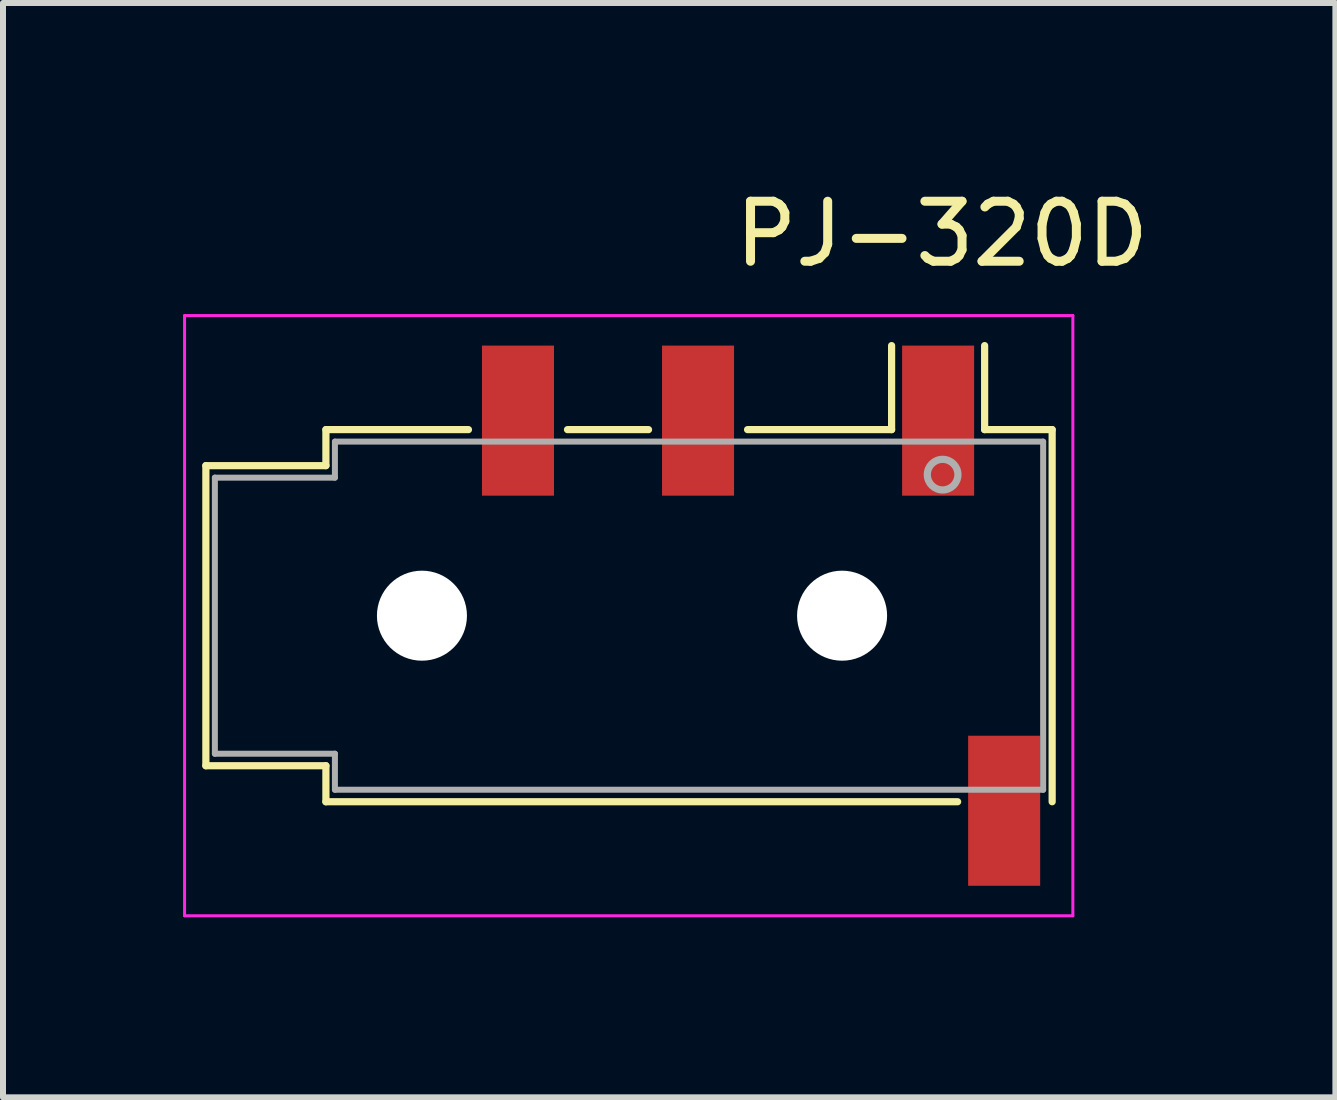
<source format=kicad_pcb>
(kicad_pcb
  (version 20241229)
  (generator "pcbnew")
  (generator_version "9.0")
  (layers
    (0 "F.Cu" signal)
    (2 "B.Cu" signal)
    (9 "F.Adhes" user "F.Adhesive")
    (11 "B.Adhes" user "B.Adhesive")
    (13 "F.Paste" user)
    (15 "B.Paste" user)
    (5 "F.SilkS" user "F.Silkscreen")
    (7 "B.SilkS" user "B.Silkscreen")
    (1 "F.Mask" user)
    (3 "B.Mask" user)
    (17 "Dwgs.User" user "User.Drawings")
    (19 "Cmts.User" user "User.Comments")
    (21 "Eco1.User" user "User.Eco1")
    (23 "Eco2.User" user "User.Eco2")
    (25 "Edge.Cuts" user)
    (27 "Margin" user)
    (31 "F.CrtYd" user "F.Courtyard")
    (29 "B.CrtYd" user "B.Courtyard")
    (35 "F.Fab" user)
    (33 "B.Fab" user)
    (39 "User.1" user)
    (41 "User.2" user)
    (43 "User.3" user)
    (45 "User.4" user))
  (footprint "PJ-320D"
    (layer "F.Cu")
    (at 7.625 7.138)
    (property "Reference" "PJ-320D" (at 5.02 -6.29 0) (layer "F.SilkS") (effects (font (size 1 1) (thickness 0.15))))
    (attr through_hole)
    (fp_line (start -7.245 -2.43) (end -7.245 2.57) (stroke (width 0.12) (type solid)) (layer "F.SilkS"))
    (fp_line (start -5.245 -3.03) (end -5.245 -2.43) (stroke (width 0.12) (type solid)) (layer "F.SilkS"))
    (fp_line (start -5.245 -3.03) (end -2.87 -3.03) (stroke (width 0.12) (type solid)) (layer "F.SilkS"))
    (fp_line (start -5.245 -2.43) (end -7.245 -2.43) (stroke (width 0.12) (type solid)) (layer "F.SilkS"))
    (fp_line (start -5.245 2.57) (end -7.245 2.57) (stroke (width 0.12) (type solid)) (layer "F.SilkS"))
    (fp_line (start -5.245 2.57) (end -5.245 3.17) (stroke (width 0.12) (type solid)) (layer "F.SilkS"))
    (fp_line (start -1.22 -3.03) (end 0.13 -3.03) (stroke (width 0.12) (type solid)) (layer "F.SilkS"))
    (fp_line (start 1.78 -3.03) (end 4.18 -3.03) (stroke (width 0.12) (type solid)) (layer "F.SilkS"))
    (fp_line (start 4.18 -3.03) (end 4.18 -4.43) (stroke (width 0.12) (type solid)) (layer "F.SilkS"))
    (fp_line (start 5.28 3.17) (end -5.245 3.17) (stroke (width 0.12) (type solid)) (layer "F.SilkS"))
    (fp_line (start 5.73 -3.03) (end 5.73 -4.43) (stroke (width 0.12) (type solid)) (layer "F.SilkS"))
    (fp_line (start 5.73 -3.03) (end 6.855 -3.03) (stroke (width 0.12) (type solid)) (layer "F.SilkS"))
    (fp_line (start 6.855 3.17) (end 6.855 -3.03) (stroke (width 0.12) (type solid)) (layer "F.SilkS"))
    (fp_line (start -7.6 -4.93) (end 7.2 -4.93) (stroke (width 0.05) (type solid)) (layer "F.CrtYd"))
    (fp_line (start -7.6 5.07) (end -7.6 -4.93) (stroke (width 0.05) (type solid)) (layer "F.CrtYd"))
    (fp_line (start -7.6 5.07) (end 7.2 5.07) (stroke (width 0.05) (type solid)) (layer "F.CrtYd"))
    (fp_line (start 7.2 5.07) (end 7.2 -4.93) (stroke (width 0.05) (type solid)) (layer "F.CrtYd"))
    (fp_line (start -7.095 -2.23) (end -5.095 -2.23) (stroke (width 0.1) (type solid)) (layer "F.Fab"))
    (fp_line (start -7.095 2.37) (end -7.095 -2.23) (stroke (width 0.1) (type solid)) (layer "F.Fab"))
    (fp_line (start -5.095 -2.83) (end 6.705 -2.83) (stroke (width 0.1) (type solid)) (layer "F.Fab"))
    (fp_line (start -5.095 -2.23) (end -5.095 -2.83) (stroke (width 0.1) (type solid)) (layer "F.Fab"))
    (fp_line (start -5.095 2.37) (end -7.095 2.37) (stroke (width 0.1) (type solid)) (layer "F.Fab"))
    (fp_line (start -5.095 2.97) (end -5.095 2.37) (stroke (width 0.1) (type solid)) (layer "F.Fab"))
    (fp_line (start 6.705 -2.83) (end 6.705 2.97) (stroke (width 0.1) (type solid)) (layer "F.Fab"))
    (fp_line (start 6.705 2.97) (end -5.095 2.97) (stroke (width 0.1) (type solid)) (layer "F.Fab"))
    (fp_circle (center 5.03 -2.28) (end 5.08 -2.03) (stroke (width 0.12) (type solid)) (fill no) (layer "F.Fab"))
    (pad "" np_thru_hole circle (at -3.645 0.07) (size 1.5 1.5) (drill 1.5) (layers "*.Cu" "*.Mask"))
    (pad "" np_thru_hole circle (at 3.355 0.07) (size 1.5 1.5) (drill 1.5) (layers "*.Cu" "*.Mask"))
    (pad "2" smd rect (at -2.045 -3.18) (size 1.2 2.5) (layers "F.Cu" "F.Mask" "F.Paste"))
    (pad "3" smd rect (at 0.955 -3.18) (size 1.2 2.5) (layers "F.Cu" "F.Mask" "F.Paste"))
    (pad "4" smd rect (at 4.955 -3.18) (size 1.2 2.5) (layers "F.Cu" "F.Mask" "F.Paste"))
    (pad "5" smd rect (at 6.055 3.32) (size 1.2 2.5) (layers "F.Cu" "F.Mask" "F.Paste")))
  (gr_rect
    (start -3 -3)
    (end 19.199 15.233)
    (stroke (width 0.1) (type default))
    (fill no)
    (layer "Edge.Cuts")))
</source>
